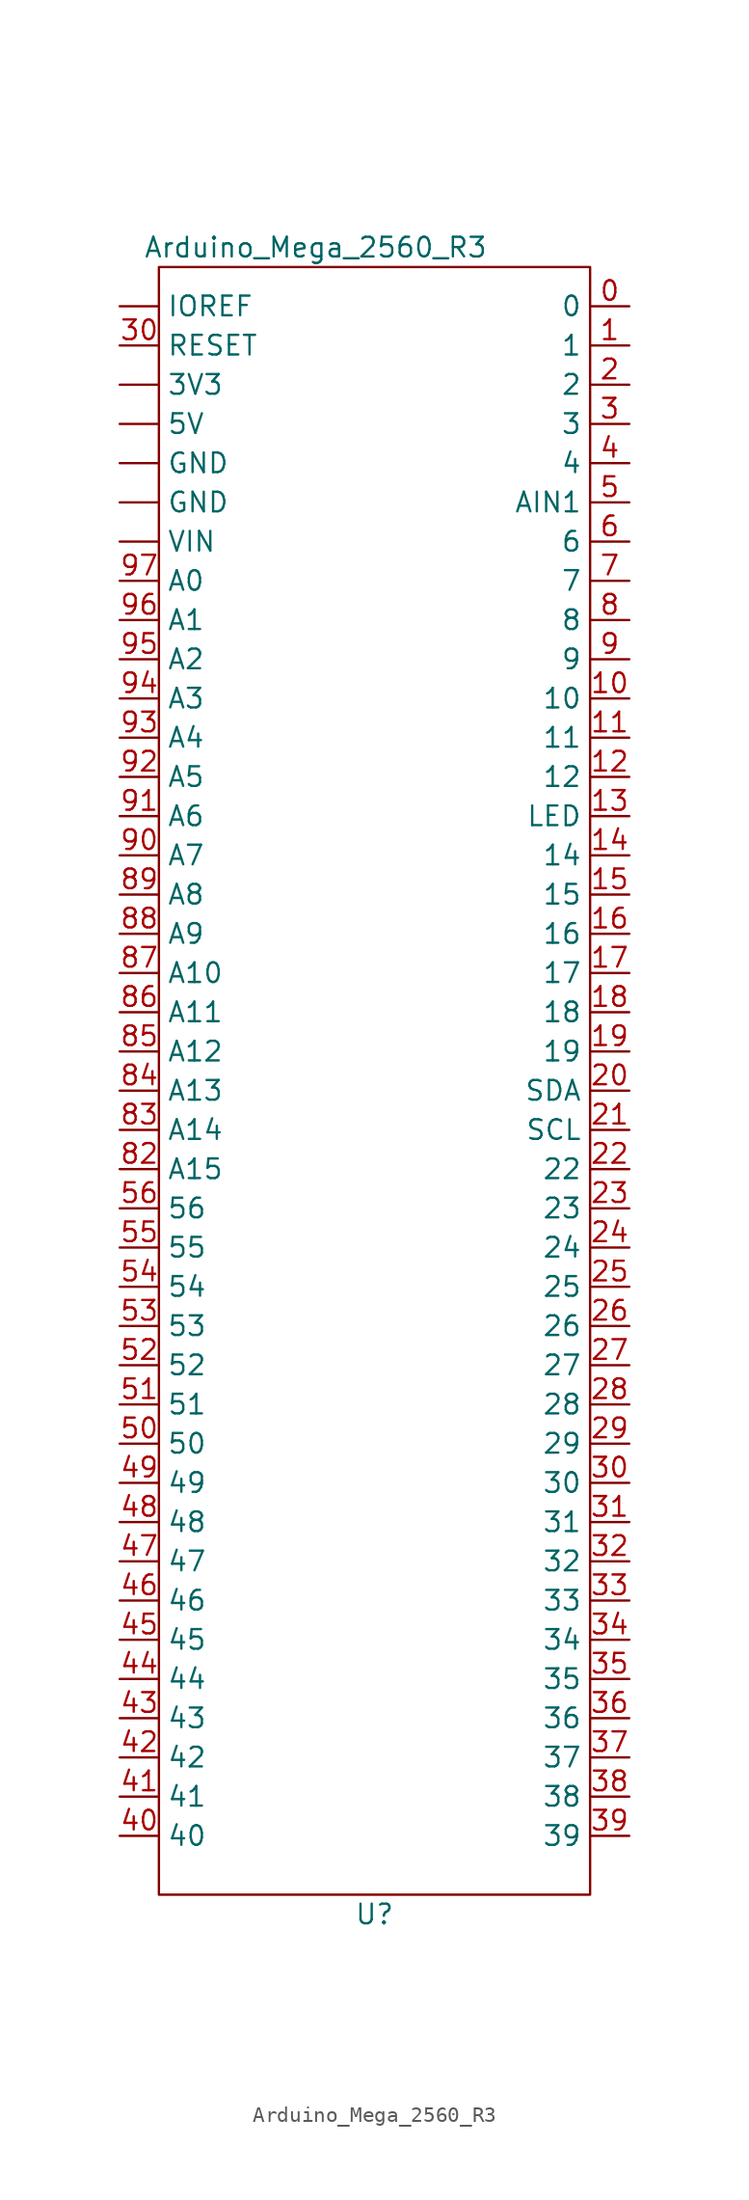
<source format=kicad_sym>
(kicad_symbol_lib
  (version 20211014)
  (generator kicad_symbol_editor)
  (symbol "Arduino_Mega_2560_R3"
    (property "Reference" "U"
      (at 0 -92.71 0)
      (effects (font (size 1.27 1.27))))
    (property "Value" "Arduino_Mega_2560_R3"
      (at -3.81 15.24 0)
      (effects (font (size 1.27 1.27))))
    (symbol "Arduino_Mega_2560_R3_0_0"
      (rectangle (start -13.97 13.97) (end 13.97 -91.44) (stroke (width 0) (type default) (color 0 0 0 0)) (fill (type none))))
    (symbol "Arduino_Mega_2560_R3_1_1"
      (pin power_out line (at -16.51 6.35 0) (length 2.54) (name "3V3" (effects (font (size 1.27 1.27)))) (number "" (effects (font (size 1.27 1.27)))))
      (pin power_out line (at -16.51 3.81 0) (length 2.54) (name "5V" (effects (font (size 1.27 1.27)))) (number "" (effects (font (size 1.27 1.27)))))
      (pin power_in line (at -16.51 -1.27 0) (length 2.54) (name "GND" (effects (font (size 1.27 1.27)))) (number "" (effects (font (size 1.27 1.27)))))
      (pin power_in line (at -16.51 1.27 0) (length 2.54) (name "GND" (effects (font (size 1.27 1.27)))) (number "" (effects (font (size 1.27 1.27)))))
      (pin output line (at -16.51 11.43 0) (length 2.54) (name "IOREF" (effects (font (size 1.27 1.27)))) (number "" (effects (font (size 1.27 1.27)))))
      (pin power_in line (at -16.51 -3.81 0) (length 2.54) (name "VIN" (effects (font (size 1.27 1.27)))) (number "" (effects (font (size 1.27 1.27)))))
      (pin bidirectional line (at 16.51 11.43 180) (length 2.54) (name "0" (effects (font (size 1.27 1.27)))) (number "0" (effects (font (size 1.27 1.27)))))
      (pin bidirectional line (at 16.51 8.89 180) (length 2.54) (name "1" (effects (font (size 1.27 1.27)))) (number "1" (effects (font (size 1.27 1.27)))))
      (pin bidirectional line (at 16.51 -13.97 180) (length 2.54) (name "10" (effects (font (size 1.27 1.27)))) (number "10" (effects (font (size 1.27 1.27)))))
      (pin bidirectional line (at 16.51 -16.51 180) (length 2.54) (name "11" (effects (font (size 1.27 1.27)))) (number "11" (effects (font (size 1.27 1.27)))))
      (pin bidirectional line (at 16.51 -19.05 180) (length 2.54) (name "12" (effects (font (size 1.27 1.27)))) (number "12" (effects (font (size 1.27 1.27)))))
      (pin bidirectional line (at 16.51 -21.59 180) (length 2.54) (name "LED" (effects (font (size 1.27 1.27)))) (number "13" (effects (font (size 1.27 1.27)))))
      (pin bidirectional line (at 16.51 -24.13 180) (length 2.54) (name "14" (effects (font (size 1.27 1.27)))) (number "14" (effects (font (size 1.27 1.27)))))
      (pin bidirectional line (at 16.51 -26.67 180) (length 2.54) (name "15" (effects (font (size 1.27 1.27)))) (number "15" (effects (font (size 1.27 1.27)))))
      (pin bidirectional line (at 16.51 -29.21 180) (length 2.54) (name "16" (effects (font (size 1.27 1.27)))) (number "16" (effects (font (size 1.27 1.27)))))
      (pin bidirectional line (at 16.51 -31.75 180) (length 2.54) (name "17" (effects (font (size 1.27 1.27)))) (number "17" (effects (font (size 1.27 1.27)))))
      (pin bidirectional line (at 16.51 -34.29 180) (length 2.54) (name "18" (effects (font (size 1.27 1.27)))) (number "18" (effects (font (size 1.27 1.27)))))
      (pin bidirectional line (at 16.51 -36.83 180) (length 2.54) (name "19" (effects (font (size 1.27 1.27)))) (number "19" (effects (font (size 1.27 1.27)))))
      (pin bidirectional line (at 16.51 6.35 180) (length 2.54) (name "2" (effects (font (size 1.27 1.27)))) (number "2" (effects (font (size 1.27 1.27)))))
      (pin output line (at 16.51 -39.37 180) (length 2.54) (name "SDA" (effects (font (size 1.27 1.27)))) (number "20" (effects (font (size 1.27 1.27)))))
      (pin output line (at 16.51 -41.91 180) (length 2.54) (name "SCL" (effects (font (size 1.27 1.27)))) (number "21" (effects (font (size 1.27 1.27)))))
      (pin bidirectional line (at 16.51 -44.45 180) (length 2.54) (name "22" (effects (font (size 1.27 1.27)))) (number "22" (effects (font (size 1.27 1.27)))))
      (pin bidirectional line (at 16.51 -46.99 180) (length 2.54) (name "23" (effects (font (size 1.27 1.27)))) (number "23" (effects (font (size 1.27 1.27)))))
      (pin bidirectional line (at 16.51 -49.53 180) (length 2.54) (name "24" (effects (font (size 1.27 1.27)))) (number "24" (effects (font (size 1.27 1.27)))))
      (pin bidirectional line (at 16.51 -52.07 180) (length 2.54) (name "25" (effects (font (size 1.27 1.27)))) (number "25" (effects (font (size 1.27 1.27)))))
      (pin bidirectional line (at 16.51 -54.61 180) (length 2.54) (name "26" (effects (font (size 1.27 1.27)))) (number "26" (effects (font (size 1.27 1.27)))))
      (pin bidirectional line (at 16.51 -57.15 180) (length 2.54) (name "27" (effects (font (size 1.27 1.27)))) (number "27" (effects (font (size 1.27 1.27)))))
      (pin bidirectional line (at 16.51 -59.69 180) (length 2.54) (name "28" (effects (font (size 1.27 1.27)))) (number "28" (effects (font (size 1.27 1.27)))))
      (pin bidirectional line (at 16.51 -62.23 180) (length 2.54) (name "29" (effects (font (size 1.27 1.27)))) (number "29" (effects (font (size 1.27 1.27)))))
      (pin bidirectional line (at 16.51 3.81 180) (length 2.54) (name "3" (effects (font (size 1.27 1.27)))) (number "3" (effects (font (size 1.27 1.27)))))
      (pin bidirectional line (at 16.51 -64.77 180) (length 2.54) (name "30" (effects (font (size 1.27 1.27)))) (number "30" (effects (font (size 1.27 1.27)))))
      (pin input line (at -16.51 8.89 0) (length 2.54) (name "RESET" (effects (font (size 1.27 1.27)))) (number "30" (effects (font (size 1.27 1.27)))))
      (pin bidirectional line (at 16.51 -67.31 180) (length 2.54) (name "31" (effects (font (size 1.27 1.27)))) (number "31" (effects (font (size 1.27 1.27)))))
      (pin bidirectional line (at 16.51 -69.85 180) (length 2.54) (name "32" (effects (font (size 1.27 1.27)))) (number "32" (effects (font (size 1.27 1.27)))))
      (pin bidirectional line (at 16.51 -72.39 180) (length 2.54) (name "33" (effects (font (size 1.27 1.27)))) (number "33" (effects (font (size 1.27 1.27)))))
      (pin bidirectional line (at 16.51 -74.93 180) (length 2.54) (name "34" (effects (font (size 1.27 1.27)))) (number "34" (effects (font (size 1.27 1.27)))))
      (pin bidirectional line (at 16.51 -77.47 180) (length 2.54) (name "35" (effects (font (size 1.27 1.27)))) (number "35" (effects (font (size 1.27 1.27)))))
      (pin bidirectional line (at 16.51 -80.01 180) (length 2.54) (name "36" (effects (font (size 1.27 1.27)))) (number "36" (effects (font (size 1.27 1.27)))))
      (pin bidirectional line (at 16.51 -82.55 180) (length 2.54) (name "37" (effects (font (size 1.27 1.27)))) (number "37" (effects (font (size 1.27 1.27)))))
      (pin bidirectional line (at 16.51 -85.09 180) (length 2.54) (name "38" (effects (font (size 1.27 1.27)))) (number "38" (effects (font (size 1.27 1.27)))))
      (pin bidirectional line (at 16.51 -87.63 180) (length 2.54) (name "39" (effects (font (size 1.27 1.27)))) (number "39" (effects (font (size 1.27 1.27)))))
      (pin bidirectional line (at 16.51 1.27 180) (length 2.54) (name "4" (effects (font (size 1.27 1.27)))) (number "4" (effects (font (size 1.27 1.27)))))
      (pin bidirectional line (at -16.51 -87.63 0) (length 2.54) (name "40" (effects (font (size 1.27 1.27)))) (number "40" (effects (font (size 1.27 1.27)))))
      (pin bidirectional line (at -16.51 -85.09 0) (length 2.54) (name "41" (effects (font (size 1.27 1.27)))) (number "41" (effects (font (size 1.27 1.27)))))
      (pin bidirectional line (at -16.51 -82.55 0) (length 2.54) (name "42" (effects (font (size 1.27 1.27)))) (number "42" (effects (font (size 1.27 1.27)))))
      (pin bidirectional line (at -16.51 -80.01 0) (length 2.54) (name "43" (effects (font (size 1.27 1.27)))) (number "43" (effects (font (size 1.27 1.27)))))
      (pin bidirectional line (at -16.51 -77.47 0) (length 2.54) (name "44" (effects (font (size 1.27 1.27)))) (number "44" (effects (font (size 1.27 1.27)))))
      (pin bidirectional line (at -16.51 -74.93 0) (length 2.54) (name "45" (effects (font (size 1.27 1.27)))) (number "45" (effects (font (size 1.27 1.27)))))
      (pin bidirectional line (at -16.51 -72.39 0) (length 2.54) (name "46" (effects (font (size 1.27 1.27)))) (number "46" (effects (font (size 1.27 1.27)))))
      (pin bidirectional line (at -16.51 -69.85 0) (length 2.54) (name "47" (effects (font (size 1.27 1.27)))) (number "47" (effects (font (size 1.27 1.27)))))
      (pin bidirectional line (at -16.51 -67.31 0) (length 2.54) (name "48" (effects (font (size 1.27 1.27)))) (number "48" (effects (font (size 1.27 1.27)))))
      (pin bidirectional line (at -16.51 -64.77 0) (length 2.54) (name "49" (effects (font (size 1.27 1.27)))) (number "49" (effects (font (size 1.27 1.27)))))
      (pin input line (at 16.51 -1.27 180) (length 2.54) (name "AIN1" (effects (font (size 1.27 1.27)))) (number "5" (effects (font (size 1.27 1.27)))))
      (pin bidirectional line (at -16.51 -62.23 0) (length 2.54) (name "50" (effects (font (size 1.27 1.27)))) (number "50" (effects (font (size 1.27 1.27)))))
      (pin bidirectional line (at -16.51 -59.69 0) (length 2.54) (name "51" (effects (font (size 1.27 1.27)))) (number "51" (effects (font (size 1.27 1.27)))))
      (pin bidirectional line (at -16.51 -57.15 0) (length 2.54) (name "52" (effects (font (size 1.27 1.27)))) (number "52" (effects (font (size 1.27 1.27)))))
      (pin bidirectional line (at -16.51 -54.61 0) (length 2.54) (name "53" (effects (font (size 1.27 1.27)))) (number "53" (effects (font (size 1.27 1.27)))))
      (pin bidirectional line (at -16.51 -52.07 0) (length 2.54) (name "54" (effects (font (size 1.27 1.27)))) (number "54" (effects (font (size 1.27 1.27)))))
      (pin bidirectional line (at -16.51 -49.53 0) (length 2.54) (name "55" (effects (font (size 1.27 1.27)))) (number "55" (effects (font (size 1.27 1.27)))))
      (pin bidirectional line (at -16.51 -46.99 0) (length 2.54) (name "56" (effects (font (size 1.27 1.27)))) (number "56" (effects (font (size 1.27 1.27)))))
      (pin bidirectional line (at 16.51 -3.81 180) (length 2.54) (name "6" (effects (font (size 1.27 1.27)))) (number "6" (effects (font (size 1.27 1.27)))))
      (pin bidirectional line (at 16.51 -6.35 180) (length 2.54) (name "7" (effects (font (size 1.27 1.27)))) (number "7" (effects (font (size 1.27 1.27)))))
      (pin bidirectional line (at 16.51 -8.89 180) (length 2.54) (name "8" (effects (font (size 1.27 1.27)))) (number "8" (effects (font (size 1.27 1.27)))))
      (pin input line (at -16.51 -44.45 0) (length 2.54) (name "A15" (effects (font (size 1.27 1.27)))) (number "82" (effects (font (size 1.27 1.27)))))
      (pin input line (at -16.51 -41.91 0) (length 2.54) (name "A14" (effects (font (size 1.27 1.27)))) (number "83" (effects (font (size 1.27 1.27)))))
      (pin input line (at -16.51 -39.37 0) (length 2.54) (name "A13" (effects (font (size 1.27 1.27)))) (number "84" (effects (font (size 1.27 1.27)))))
      (pin input line (at -16.51 -36.83 0) (length 2.54) (name "A12" (effects (font (size 1.27 1.27)))) (number "85" (effects (font (size 1.27 1.27)))))
      (pin input line (at -16.51 -34.29 0) (length 2.54) (name "A11" (effects (font (size 1.27 1.27)))) (number "86" (effects (font (size 1.27 1.27)))))
      (pin input line (at -16.51 -31.75 0) (length 2.54) (name "A10" (effects (font (size 1.27 1.27)))) (number "87" (effects (font (size 1.27 1.27)))))
      (pin input line (at -16.51 -29.21 0) (length 2.54) (name "A9" (effects (font (size 1.27 1.27)))) (number "88" (effects (font (size 1.27 1.27)))))
      (pin input line (at -16.51 -26.67 0) (length 2.54) (name "A8" (effects (font (size 1.27 1.27)))) (number "89" (effects (font (size 1.27 1.27)))))
      (pin bidirectional line (at 16.51 -11.43 180) (length 2.54) (name "9" (effects (font (size 1.27 1.27)))) (number "9" (effects (font (size 1.27 1.27)))))
      (pin input line (at -16.51 -24.13 0) (length 2.54) (name "A7" (effects (font (size 1.27 1.27)))) (number "90" (effects (font (size 1.27 1.27)))))
      (pin input line (at -16.51 -21.59 0) (length 2.54) (name "A6" (effects (font (size 1.27 1.27)))) (number "91" (effects (font (size 1.27 1.27)))))
      (pin input line (at -16.51 -19.05 0) (length 2.54) (name "A5" (effects (font (size 1.27 1.27)))) (number "92" (effects (font (size 1.27 1.27)))))
      (pin input line (at -16.51 -16.51 0) (length 2.54) (name "A4" (effects (font (size 1.27 1.27)))) (number "93" (effects (font (size 1.27 1.27)))))
      (pin input line (at -16.51 -13.97 0) (length 2.54) (name "A3" (effects (font (size 1.27 1.27)))) (number "94" (effects (font (size 1.27 1.27)))))
      (pin input line (at -16.51 -11.43 0) (length 2.54) (name "A2" (effects (font (size 1.27 1.27)))) (number "95" (effects (font (size 1.27 1.27)))))
      (pin input line (at -16.51 -8.89 0) (length 2.54) (name "A1" (effects (font (size 1.27 1.27)))) (number "96" (effects (font (size 1.27 1.27)))))
      (pin input line (at -16.51 -6.35 0) (length 2.54) (name "A0" (effects (font (size 1.27 1.27)))) (number "97" (effects (font (size 1.27 1.27))))))))
</source>
